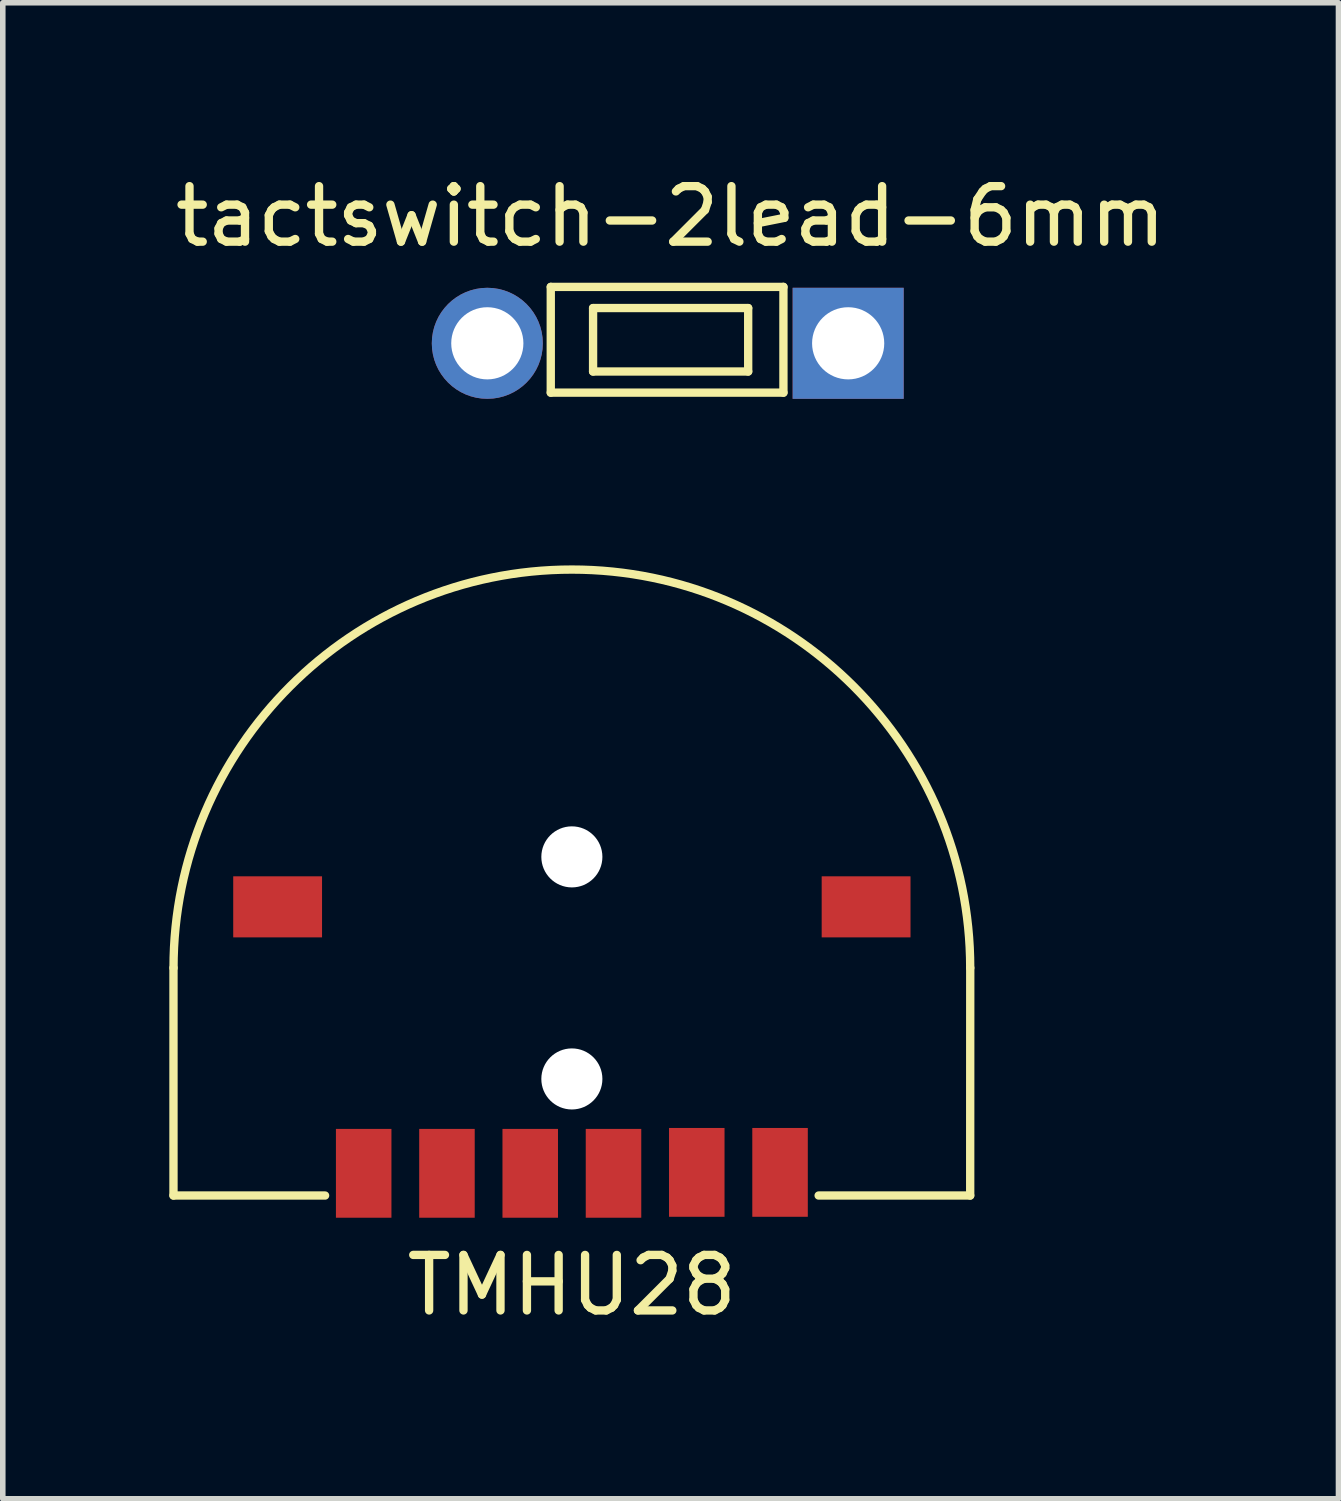
<source format=kicad_pcb>
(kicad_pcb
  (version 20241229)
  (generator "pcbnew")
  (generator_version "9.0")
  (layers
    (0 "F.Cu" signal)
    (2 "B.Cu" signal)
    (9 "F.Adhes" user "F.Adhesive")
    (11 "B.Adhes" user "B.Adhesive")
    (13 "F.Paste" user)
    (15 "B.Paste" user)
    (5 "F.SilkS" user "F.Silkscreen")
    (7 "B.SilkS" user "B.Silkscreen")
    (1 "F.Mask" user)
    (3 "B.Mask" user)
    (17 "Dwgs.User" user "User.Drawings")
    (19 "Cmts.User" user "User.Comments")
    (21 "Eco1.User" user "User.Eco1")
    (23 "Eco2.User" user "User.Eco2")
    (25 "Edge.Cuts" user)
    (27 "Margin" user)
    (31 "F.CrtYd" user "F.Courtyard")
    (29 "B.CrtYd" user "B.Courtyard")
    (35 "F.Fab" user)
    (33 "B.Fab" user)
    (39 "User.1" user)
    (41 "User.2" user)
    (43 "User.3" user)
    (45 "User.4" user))
  (footprint "TMHU28"
    (layer "F.Cu")
    (at 7.251 14.385)
    (property "Reference" "TMHU28" (at 0 5.715 0) (layer "F.SilkS") (effects (font (size 1 1) (thickness 0.15))))
    (attr smd)
    (fp_line (start -7.176 4.1) (end -7.176 0) (stroke (width 0.15) (type solid)) (layer "F.SilkS"))
    (fp_line (start -7.176 4.1) (end -4.445 4.1) (stroke (width 0.15) (type solid)) (layer "F.SilkS"))
    (fp_line (start 4.445 4.1) (end 7.175 4.1) (stroke (width 0.15) (type solid)) (layer "F.SilkS"))
    (fp_line (start 7.175 4.1) (end 7.176 0) (stroke (width 0.15) (type solid)) (layer "F.SilkS"))
    (fp_arc (start -7.1755 0) (mid 0 -7.1755) (end 7.1755 0) (stroke (width 0.15) (type solid)) (layer "F.SilkS"))
    (pad "" np_thru_hole circle (at 0 -2 270) (size 1.1 1.1) (drill 1.1) (layers "*.Cu"))
    (pad "" np_thru_hole circle (at 0 2 270) (size 1.1 1.1) (drill 1.1) (layers "*.Cu"))
    (pad "1" smd rect (at -3.75 3.7 270) (size 1.6 1) (layers "F.Cu" "F.Mask" "F.Paste"))
    (pad "2" smd rect (at -2.25 3.7 270) (size 1.6 1) (layers "F.Cu" "F.Mask" "F.Paste"))
    (pad "3" smd rect (at 0.75 3.7 270) (size 1.6 1) (layers "F.Cu" "F.Mask" "F.Paste"))
    (pad "4" smd rect (at 2.25 3.683 270) (size 1.6 1) (layers "F.Cu" "F.Mask" "F.Paste"))
    (pad "C" smd rect (at 3.75 3.683 270) (size 1.6 1) (layers "F.Cu" "F.Mask" "F.Paste"))
    (pad "C" smd rect (at 5.3 -1.1 270) (size 1.1 1.6) (layers "F.Cu" "F.Mask" "F.Paste"))
    (pad "E" smd rect (at -5.3 -1.1 270) (size 1.1 1.6) (layers "F.Cu" "F.Mask" "F.Paste"))
    (pad "T" smd rect (at -0.75 3.7 270) (size 1.6 1) (layers "F.Cu" "F.Mask" "F.Paste")))
  (footprint "tactswitch-2lead-6mm"
    (layer "F.Cu")
    (at 9.03 3.134)
    (property "Reference" "tactswitch-2lead-6mm" (at 0 -2.286 0) (layer "F.SilkS") (effects (font (size 1 1) (thickness 0.15))))
    (attr through_hole)
    (fp_line (start -2.159 -1.016) (end -2.159 0.889) (stroke (width 0.15) (type solid)) (layer "F.SilkS"))
    (fp_line (start -2.159 0.889) (end 2.032 0.889) (stroke (width 0.15) (type solid)) (layer "F.SilkS"))
    (fp_line (start -1.397 -0.635) (end -1.397 0.508) (stroke (width 0.15) (type solid)) (layer "F.SilkS"))
    (fp_line (start -1.397 0.508) (end 1.397 0.508) (stroke (width 0.15) (type solid)) (layer "F.SilkS"))
    (fp_line (start 1.397 -0.635) (end -1.397 -0.635) (stroke (width 0.15) (type solid)) (layer "F.SilkS"))
    (fp_line (start 1.397 0.508) (end 1.397 -0.635) (stroke (width 0.15) (type solid)) (layer "F.SilkS"))
    (fp_line (start 2.032 -1.016) (end -2.159 -1.016) (stroke (width 0.15) (type solid)) (layer "F.SilkS"))
    (fp_line (start 2.032 0.889) (end 2.032 -1.016) (stroke (width 0.15) (type solid)) (layer "F.SilkS"))
    (pad "1" thru_hole circle (at -3.302 0) (size 2 2) (drill 1.3) (layers "*.Cu" "*.Mask"))
    (pad "2" thru_hole rect (at 3.198 0) (size 2 2) (drill 1.3) (layers "*.Cu" "*.Mask")))
  (gr_rect
    (start -3 -3)
    (end 21.06 23.948)
    (stroke (width 0.1) (type default))
    (fill no)
    (layer "Edge.Cuts")))
</source>
